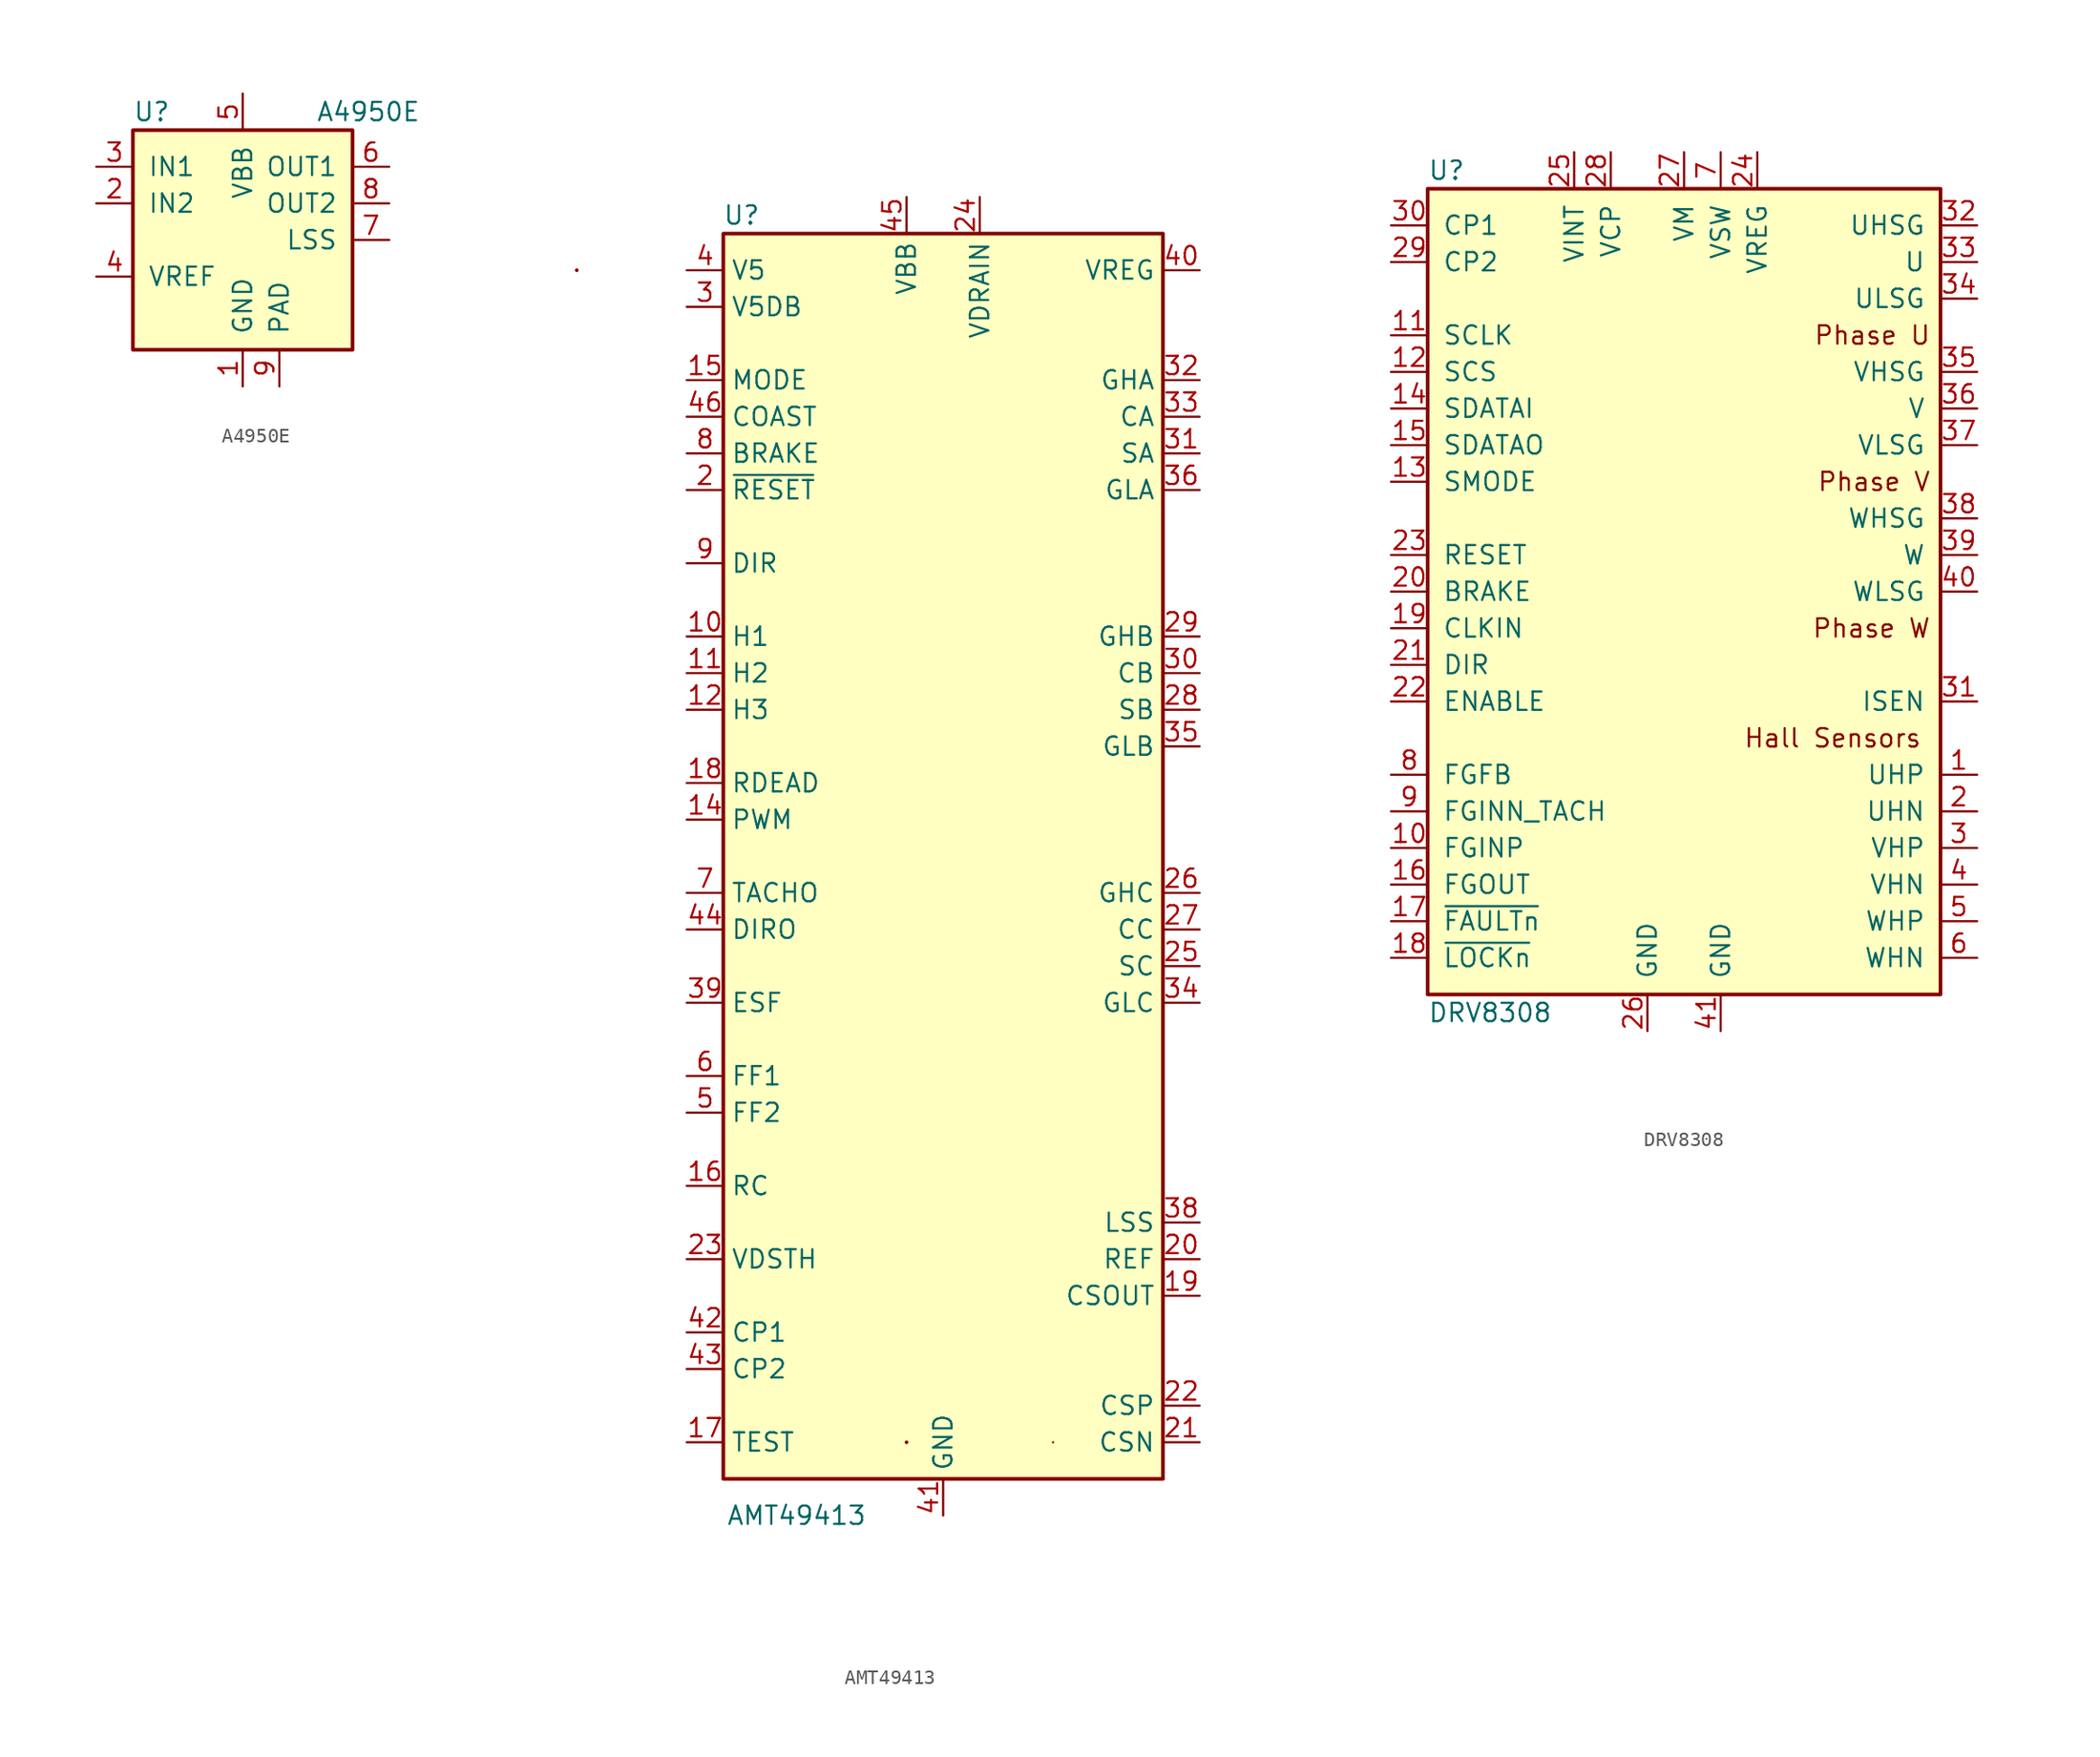
<source format=kicad_sym>
(kicad_symbol_lib
  (version 20201005)
  (generator kicad_symbol_editor)
  (symbol "Driver_Motor:A4950E"
    (pin_names
      (offset 1.016))
    (property "Reference" "U"
      (at -7.62 8.89 0)
      (effects (font (size 1.27 1.27)) (justify left)))
    (property "Value" "A4950E"
      (at 5.08 8.89 0)
      (effects (font (size 1.27 1.27)) (justify left)))
    (symbol "A4950E_0_1"
      (rectangle (start -7.62 7.62) (end 7.62 -7.62) (stroke (width 0.254)) (fill (type background))))
    (symbol "A4950E_1_1"
      (pin power_in line (at 0 -10.16 90) (length 2.54) (name "GND" (effects (font (size 1.27 1.27)))) (number "1" (effects (font (size 1.27 1.27)))))
      (pin input line (at -10.16 2.54 0) (length 2.54) (name "IN2" (effects (font (size 1.27 1.27)))) (number "2" (effects (font (size 1.27 1.27)))))
      (pin input line (at -10.16 5.08 0) (length 2.54) (name "IN1" (effects (font (size 1.27 1.27)))) (number "3" (effects (font (size 1.27 1.27)))))
      (pin passive line (at -10.16 -2.54 0) (length 2.54) (name "VREF" (effects (font (size 1.27 1.27)))) (number "4" (effects (font (size 1.27 1.27)))))
      (pin power_in line (at 0 10.16 270) (length 2.54) (name "VBB" (effects (font (size 1.27 1.27)))) (number "5" (effects (font (size 1.27 1.27)))))
      (pin power_out line (at 10.16 5.08 180) (length 2.54) (name "OUT1" (effects (font (size 1.27 1.27)))) (number "6" (effects (font (size 1.27 1.27)))))
      (pin power_in line (at 10.16 0 180) (length 2.54) (name "LSS" (effects (font (size 1.27 1.27)))) (number "7" (effects (font (size 1.27 1.27)))))
      (pin power_out line (at 10.16 2.54 180) (length 2.54) (name "OUT2" (effects (font (size 1.27 1.27)))) (number "8" (effects (font (size 1.27 1.27)))))
      (pin power_in line (at 2.54 -10.16 90) (length 2.54) (name "PAD" (effects (font (size 1.27 1.27)))) (number "9" (effects (font (size 1.27 1.27)))))))
  (symbol "Driver_Motor:AMT49413"
    (property "Reference" "U"
      (at -13.97 44.45 0)
      (effects (font (size 1.27 1.27))))
    (property "Value" "AMT49413"
      (at -10.16 -45.72 0)
      (effects (font (size 1.27 1.27))))
    (symbol "AMT49413_0_1"
      (rectangle (start -25.4 40.64) (end -25.4 40.64) (stroke (width 0.254)) (fill (type none)))
      (rectangle (start -15.24 -43.18) (end 15.24 43.18) (stroke (width 0.254)) (fill (type background)))
      (rectangle (start -2.54 -40.64) (end -2.54 -40.64) (stroke (width 0.254)) (fill (type none)))
      (rectangle (start 7.62 -40.64) (end 7.62 -40.64) (stroke (width 0)) (fill (type none))))
    (symbol "AMT49413_1_1"
      (pin no_connect line (at -5.08 -43.18 90) (length 2.54) hide (name "N.C." (effects (font (size 1.27 1.27)))) (number "1" (effects (font (size 1.27 1.27)))))
      (pin input line (at -17.78 15.24 0) (length 2.54) (name "H1" (effects (font (size 1.27 1.27)))) (number "10" (effects (font (size 1.27 1.27)))))
      (pin input line (at -17.78 12.7 0) (length 2.54) (name "H2" (effects (font (size 1.27 1.27)))) (number "11" (effects (font (size 1.27 1.27)))))
      (pin input line (at -17.78 10.16 0) (length 2.54) (name "H3" (effects (font (size 1.27 1.27)))) (number "12" (effects (font (size 1.27 1.27)))))
      (pin no_connect line (at -2.54 -43.18 90) (length 2.54) hide (name "N.C." (effects (font (size 1.27 1.27)))) (number "13" (effects (font (size 1.27 1.27)))))
      (pin input line (at -17.78 2.54 0) (length 2.54) (name "PWM" (effects (font (size 1.27 1.27)))) (number "14" (effects (font (size 1.27 1.27)))))
      (pin input line (at -17.78 33.02 0) (length 2.54) (name "MODE" (effects (font (size 1.27 1.27)))) (number "15" (effects (font (size 1.27 1.27)))))
      (pin passive line (at -17.78 -22.86 0) (length 2.54) (name "RC" (effects (font (size 1.27 1.27)))) (number "16" (effects (font (size 1.27 1.27)))))
      (pin input line (at -17.78 -40.64 0) (length 2.54) (name "TEST" (effects (font (size 1.27 1.27)))) (number "17" (effects (font (size 1.27 1.27)))))
      (pin passive line (at -17.78 5.08 0) (length 2.54) (name "RDEAD" (effects (font (size 1.27 1.27)))) (number "18" (effects (font (size 1.27 1.27)))))
      (pin input line (at 17.78 -30.48 180) (length 2.54) (name "CSOUT" (effects (font (size 1.27 1.27)))) (number "19" (effects (font (size 1.27 1.27)))))
      (pin input line (at -17.78 25.4 0) (length 2.54) (name "~RESET" (effects (font (size 1.27 1.27)))) (number "2" (effects (font (size 1.27 1.27)))))
      (pin input line (at 17.78 -27.94 180) (length 2.54) (name "REF" (effects (font (size 1.27 1.27)))) (number "20" (effects (font (size 1.27 1.27)))))
      (pin input line (at 17.78 -40.64 180) (length 2.54) (name "CSN" (effects (font (size 1.27 1.27)))) (number "21" (effects (font (size 1.27 1.27)))))
      (pin input line (at 17.78 -38.1 180) (length 2.54) (name "CSP" (effects (font (size 1.27 1.27)))) (number "22" (effects (font (size 1.27 1.27)))))
      (pin input line (at -17.78 -27.94 0) (length 2.54) (name "VDSTH" (effects (font (size 1.27 1.27)))) (number "23" (effects (font (size 1.27 1.27)))))
      (pin power_in line (at 2.54 45.72 270) (length 2.54) (name "VDRAIN" (effects (font (size 1.27 1.27)))) (number "24" (effects (font (size 1.27 1.27)))))
      (pin input line (at 17.78 -7.62 180) (length 2.54) (name "SC" (effects (font (size 1.27 1.27)))) (number "25" (effects (font (size 1.27 1.27)))))
      (pin output line (at 17.78 -2.54 180) (length 2.54) (name "GHC" (effects (font (size 1.27 1.27)))) (number "26" (effects (font (size 1.27 1.27)))))
      (pin passive line (at 17.78 -5.08 180) (length 2.54) (name "CC" (effects (font (size 1.27 1.27)))) (number "27" (effects (font (size 1.27 1.27)))))
      (pin input line (at 17.78 10.16 180) (length 2.54) (name "SB" (effects (font (size 1.27 1.27)))) (number "28" (effects (font (size 1.27 1.27)))))
      (pin output line (at 17.78 15.24 180) (length 2.54) (name "GHB" (effects (font (size 1.27 1.27)))) (number "29" (effects (font (size 1.27 1.27)))))
      (pin power_out line (at -17.78 38.1 0) (length 2.54) (name "V5DB" (effects (font (size 1.27 1.27)))) (number "3" (effects (font (size 1.27 1.27)))))
      (pin passive line (at 17.78 12.7 180) (length 2.54) (name "CB" (effects (font (size 1.27 1.27)))) (number "30" (effects (font (size 1.27 1.27)))))
      (pin input line (at 17.78 27.94 180) (length 2.54) (name "SA" (effects (font (size 1.27 1.27)))) (number "31" (effects (font (size 1.27 1.27)))))
      (pin output line (at 17.78 33.02 180) (length 2.54) (name "GHA" (effects (font (size 1.27 1.27)))) (number "32" (effects (font (size 1.27 1.27)))))
      (pin passive line (at 17.78 30.48 180) (length 2.54) (name "CA" (effects (font (size 1.27 1.27)))) (number "33" (effects (font (size 1.27 1.27)))))
      (pin output line (at 17.78 -10.16 180) (length 2.54) (name "GLC" (effects (font (size 1.27 1.27)))) (number "34" (effects (font (size 1.27 1.27)))))
      (pin output line (at 17.78 7.62 180) (length 2.54) (name "GLB" (effects (font (size 1.27 1.27)))) (number "35" (effects (font (size 1.27 1.27)))))
      (pin output line (at 17.78 25.4 180) (length 2.54) (name "GLA" (effects (font (size 1.27 1.27)))) (number "36" (effects (font (size 1.27 1.27)))))
      (pin no_connect line (at 5.08 -43.18 90) (length 2.54) hide (name "N.C." (effects (font (size 1.27 1.27)))) (number "37" (effects (font (size 1.27 1.27)))))
      (pin input line (at 17.78 -25.4 180) (length 2.54) (name "LSS" (effects (font (size 1.27 1.27)))) (number "38" (effects (font (size 1.27 1.27)))))
      (pin input line (at -17.78 -10.16 0) (length 2.54) (name "ESF" (effects (font (size 1.27 1.27)))) (number "39" (effects (font (size 1.27 1.27)))))
      (pin power_out line (at -17.78 40.64 0) (length 2.54) (name "V5" (effects (font (size 1.27 1.27)))) (number "4" (effects (font (size 1.27 1.27)))))
      (pin power_out line (at 17.78 40.64 180) (length 2.54) (name "VREG" (effects (font (size 1.27 1.27)))) (number "40" (effects (font (size 1.27 1.27)))))
      (pin power_in line (at 0 -45.72 90) (length 2.54) (name "GND" (effects (font (size 1.27 1.27)))) (number "41" (effects (font (size 1.27 1.27)))))
      (pin passive line (at -17.78 -33.02 0) (length 2.54) (name "CP1" (effects (font (size 1.27 1.27)))) (number "42" (effects (font (size 1.27 1.27)))))
      (pin passive line (at -17.78 -35.56 0) (length 2.54) (name "CP2" (effects (font (size 1.27 1.27)))) (number "43" (effects (font (size 1.27 1.27)))))
      (pin output line (at -17.78 -5.08 0) (length 2.54) (name "DIRO" (effects (font (size 1.27 1.27)))) (number "44" (effects (font (size 1.27 1.27)))))
      (pin power_in line (at -2.54 45.72 270) (length 2.54) (name "VBB" (effects (font (size 1.27 1.27)))) (number "45" (effects (font (size 1.27 1.27)))))
      (pin input line (at -17.78 30.48 0) (length 2.54) (name "COAST" (effects (font (size 1.27 1.27)))) (number "46" (effects (font (size 1.27 1.27)))))
      (pin no_connect line (at 7.62 -43.18 90) (length 2.54) hide (name "N.C." (effects (font (size 1.27 1.27)))) (number "47" (effects (font (size 1.27 1.27)))))
      (pin no_connect line (at -7.62 -43.18 90) (length 2.54) hide (name "N.C." (effects (font (size 1.27 1.27)))) (number "48" (effects (font (size 1.27 1.27)))))
      (pin passive line (at 0 -45.72 90) (length 2.54) hide (name "GND" (effects (font (size 1.27 1.27)))) (number "49" (effects (font (size 1.27 1.27)))))
      (pin open_collector line (at -17.78 -17.78 0) (length 2.54) (name "FF2" (effects (font (size 1.27 1.27)))) (number "5" (effects (font (size 1.27 1.27)))))
      (pin open_collector line (at -17.78 -15.24 0) (length 2.54) (name "FF1" (effects (font (size 1.27 1.27)))) (number "6" (effects (font (size 1.27 1.27)))))
      (pin output line (at -17.78 -2.54 0) (length 2.54) (name "TACHO" (effects (font (size 1.27 1.27)))) (number "7" (effects (font (size 1.27 1.27)))))
      (pin input line (at -17.78 27.94 0) (length 2.54) (name "BRAKE" (effects (font (size 1.27 1.27)))) (number "8" (effects (font (size 1.27 1.27)))))
      (pin input line (at -17.78 20.32 0) (length 2.54) (name "DIR" (effects (font (size 1.27 1.27)))) (number "9" (effects (font (size 1.27 1.27)))))))
  (symbol "Driver_Motor:DRV8308"
    (pin_names
      (offset 1.016))
    (property "Reference" "U"
      (at -17.78 36.83 0)
      (effects (font (size 1.27 1.27)) (justify left)))
    (property "Value" "DRV8308"
      (at -17.78 -21.59 0)
      (effects (font (size 1.27 1.27)) (justify left)))
    (symbol "DRV8308_0_0"
      (text "Hall Sensors" (at 16.51 -2.54 0) (effects (font (size 1.27 1.27)) (justify right)))
      (text "Phase U" (at 17.145 25.4 0) (effects (font (size 1.27 1.27)) (justify right)))
      (text "Phase V" (at 17.145 15.24 0) (effects (font (size 1.27 1.27)) (justify right)))
      (text "Phase W" (at 17.145 5.08 0) (effects (font (size 1.27 1.27)) (justify right))))
    (symbol "DRV8308_0_1"
      (rectangle (start -17.78 35.56) (end 17.78 -20.32) (stroke (width 0.254)) (fill (type background))))
    (symbol "DRV8308_1_1"
      (pin input line (at 20.32 -5.08 180) (length 2.54) (name "UHP" (effects (font (size 1.27 1.27)))) (number "1" (effects (font (size 1.27 1.27)))))
      (pin bidirectional line (at -20.32 -10.16 0) (length 2.54) (name "FGINP" (effects (font (size 1.27 1.27)))) (number "10" (effects (font (size 1.27 1.27)))))
      (pin input line (at -20.32 25.4 0) (length 2.54) (name "SCLK" (effects (font (size 1.27 1.27)))) (number "11" (effects (font (size 1.27 1.27)))))
      (pin input line (at -20.32 22.86 0) (length 2.54) (name "SCS" (effects (font (size 1.27 1.27)))) (number "12" (effects (font (size 1.27 1.27)))))
      (pin input line (at -20.32 15.24 0) (length 2.54) (name "SMODE" (effects (font (size 1.27 1.27)))) (number "13" (effects (font (size 1.27 1.27)))))
      (pin input line (at -20.32 20.32 0) (length 2.54) (name "SDATAI" (effects (font (size 1.27 1.27)))) (number "14" (effects (font (size 1.27 1.27)))))
      (pin output line (at -20.32 17.78 0) (length 2.54) (name "SDATAO" (effects (font (size 1.27 1.27)))) (number "15" (effects (font (size 1.27 1.27)))))
      (pin output line (at -20.32 -12.7 0) (length 2.54) (name "FGOUT" (effects (font (size 1.27 1.27)))) (number "16" (effects (font (size 1.27 1.27)))))
      (pin output line (at -20.32 -15.24 0) (length 2.54) (name "~FAULTn" (effects (font (size 1.27 1.27)))) (number "17" (effects (font (size 1.27 1.27)))))
      (pin output line (at -20.32 -17.78 0) (length 2.54) (name "~LOCKn" (effects (font (size 1.27 1.27)))) (number "18" (effects (font (size 1.27 1.27)))))
      (pin input line (at -20.32 5.08 0) (length 2.54) (name "CLKIN" (effects (font (size 1.27 1.27)))) (number "19" (effects (font (size 1.27 1.27)))))
      (pin input line (at 20.32 -7.62 180) (length 2.54) (name "UHN" (effects (font (size 1.27 1.27)))) (number "2" (effects (font (size 1.27 1.27)))))
      (pin input line (at -20.32 7.62 0) (length 2.54) (name "BRAKE" (effects (font (size 1.27 1.27)))) (number "20" (effects (font (size 1.27 1.27)))))
      (pin input line (at -20.32 2.54 0) (length 2.54) (name "DIR" (effects (font (size 1.27 1.27)))) (number "21" (effects (font (size 1.27 1.27)))))
      (pin input line (at -20.32 0 0) (length 2.54) (name "ENABLE" (effects (font (size 1.27 1.27)))) (number "22" (effects (font (size 1.27 1.27)))))
      (pin input line (at -20.32 10.16 0) (length 2.54) (name "RESET" (effects (font (size 1.27 1.27)))) (number "23" (effects (font (size 1.27 1.27)))))
      (pin power_out line (at 5.08 38.1 270) (length 2.54) (name "VREG" (effects (font (size 1.27 1.27)))) (number "24" (effects (font (size 1.27 1.27)))))
      (pin passive line (at -7.62 38.1 270) (length 2.54) (name "VINT" (effects (font (size 1.27 1.27)))) (number "25" (effects (font (size 1.27 1.27)))))
      (pin power_in line (at -2.54 -22.86 90) (length 2.54) (name "GND" (effects (font (size 1.27 1.27)))) (number "26" (effects (font (size 1.27 1.27)))))
      (pin power_in line (at 0 38.1 270) (length 2.54) (name "VM" (effects (font (size 1.27 1.27)))) (number "27" (effects (font (size 1.27 1.27)))))
      (pin passive line (at -5.08 38.1 270) (length 2.54) (name "VCP" (effects (font (size 1.27 1.27)))) (number "28" (effects (font (size 1.27 1.27)))))
      (pin passive line (at -20.32 30.48 0) (length 2.54) (name "CP2" (effects (font (size 1.27 1.27)))) (number "29" (effects (font (size 1.27 1.27)))))
      (pin input line (at 20.32 -10.16 180) (length 2.54) (name "VHP" (effects (font (size 1.27 1.27)))) (number "3" (effects (font (size 1.27 1.27)))))
      (pin passive line (at -20.32 33.02 0) (length 2.54) (name "CP1" (effects (font (size 1.27 1.27)))) (number "30" (effects (font (size 1.27 1.27)))))
      (pin input line (at 20.32 0 180) (length 2.54) (name "ISEN" (effects (font (size 1.27 1.27)))) (number "31" (effects (font (size 1.27 1.27)))))
      (pin output line (at 20.32 33.02 180) (length 2.54) (name "UHSG" (effects (font (size 1.27 1.27)))) (number "32" (effects (font (size 1.27 1.27)))))
      (pin input line (at 20.32 30.48 180) (length 2.54) (name "U" (effects (font (size 1.27 1.27)))) (number "33" (effects (font (size 1.27 1.27)))))
      (pin output line (at 20.32 27.94 180) (length 2.54) (name "ULSG" (effects (font (size 1.27 1.27)))) (number "34" (effects (font (size 1.27 1.27)))))
      (pin output line (at 20.32 22.86 180) (length 2.54) (name "VHSG" (effects (font (size 1.27 1.27)))) (number "35" (effects (font (size 1.27 1.27)))))
      (pin input line (at 20.32 20.32 180) (length 2.54) (name "V" (effects (font (size 1.27 1.27)))) (number "36" (effects (font (size 1.27 1.27)))))
      (pin output line (at 20.32 17.78 180) (length 2.54) (name "VLSG" (effects (font (size 1.27 1.27)))) (number "37" (effects (font (size 1.27 1.27)))))
      (pin output line (at 20.32 12.7 180) (length 2.54) (name "WHSG" (effects (font (size 1.27 1.27)))) (number "38" (effects (font (size 1.27 1.27)))))
      (pin input line (at 20.32 10.16 180) (length 2.54) (name "W" (effects (font (size 1.27 1.27)))) (number "39" (effects (font (size 1.27 1.27)))))
      (pin input line (at 20.32 -12.7 180) (length 2.54) (name "VHN" (effects (font (size 1.27 1.27)))) (number "4" (effects (font (size 1.27 1.27)))))
      (pin output line (at 20.32 7.62 180) (length 2.54) (name "WLSG" (effects (font (size 1.27 1.27)))) (number "40" (effects (font (size 1.27 1.27)))))
      (pin power_in line (at 2.54 -22.86 90) (length 2.54) (name "GND" (effects (font (size 1.27 1.27)))) (number "41" (effects (font (size 1.27 1.27)))))
      (pin input line (at 20.32 -15.24 180) (length 2.54) (name "WHP" (effects (font (size 1.27 1.27)))) (number "5" (effects (font (size 1.27 1.27)))))
      (pin input line (at 20.32 -17.78 180) (length 2.54) (name "WHN" (effects (font (size 1.27 1.27)))) (number "6" (effects (font (size 1.27 1.27)))))
      (pin power_out line (at 2.54 38.1 270) (length 2.54) (name "VSW" (effects (font (size 1.27 1.27)))) (number "7" (effects (font (size 1.27 1.27)))))
      (pin output line (at -20.32 -5.08 0) (length 2.54) (name "FGFB" (effects (font (size 1.27 1.27)))) (number "8" (effects (font (size 1.27 1.27)))))
      (pin input line (at -20.32 -7.62 0) (length 2.54) (name "FGINN_TACH" (effects (font (size 1.27 1.27)))) (number "9" (effects (font (size 1.27 1.27))))))))
</source>
